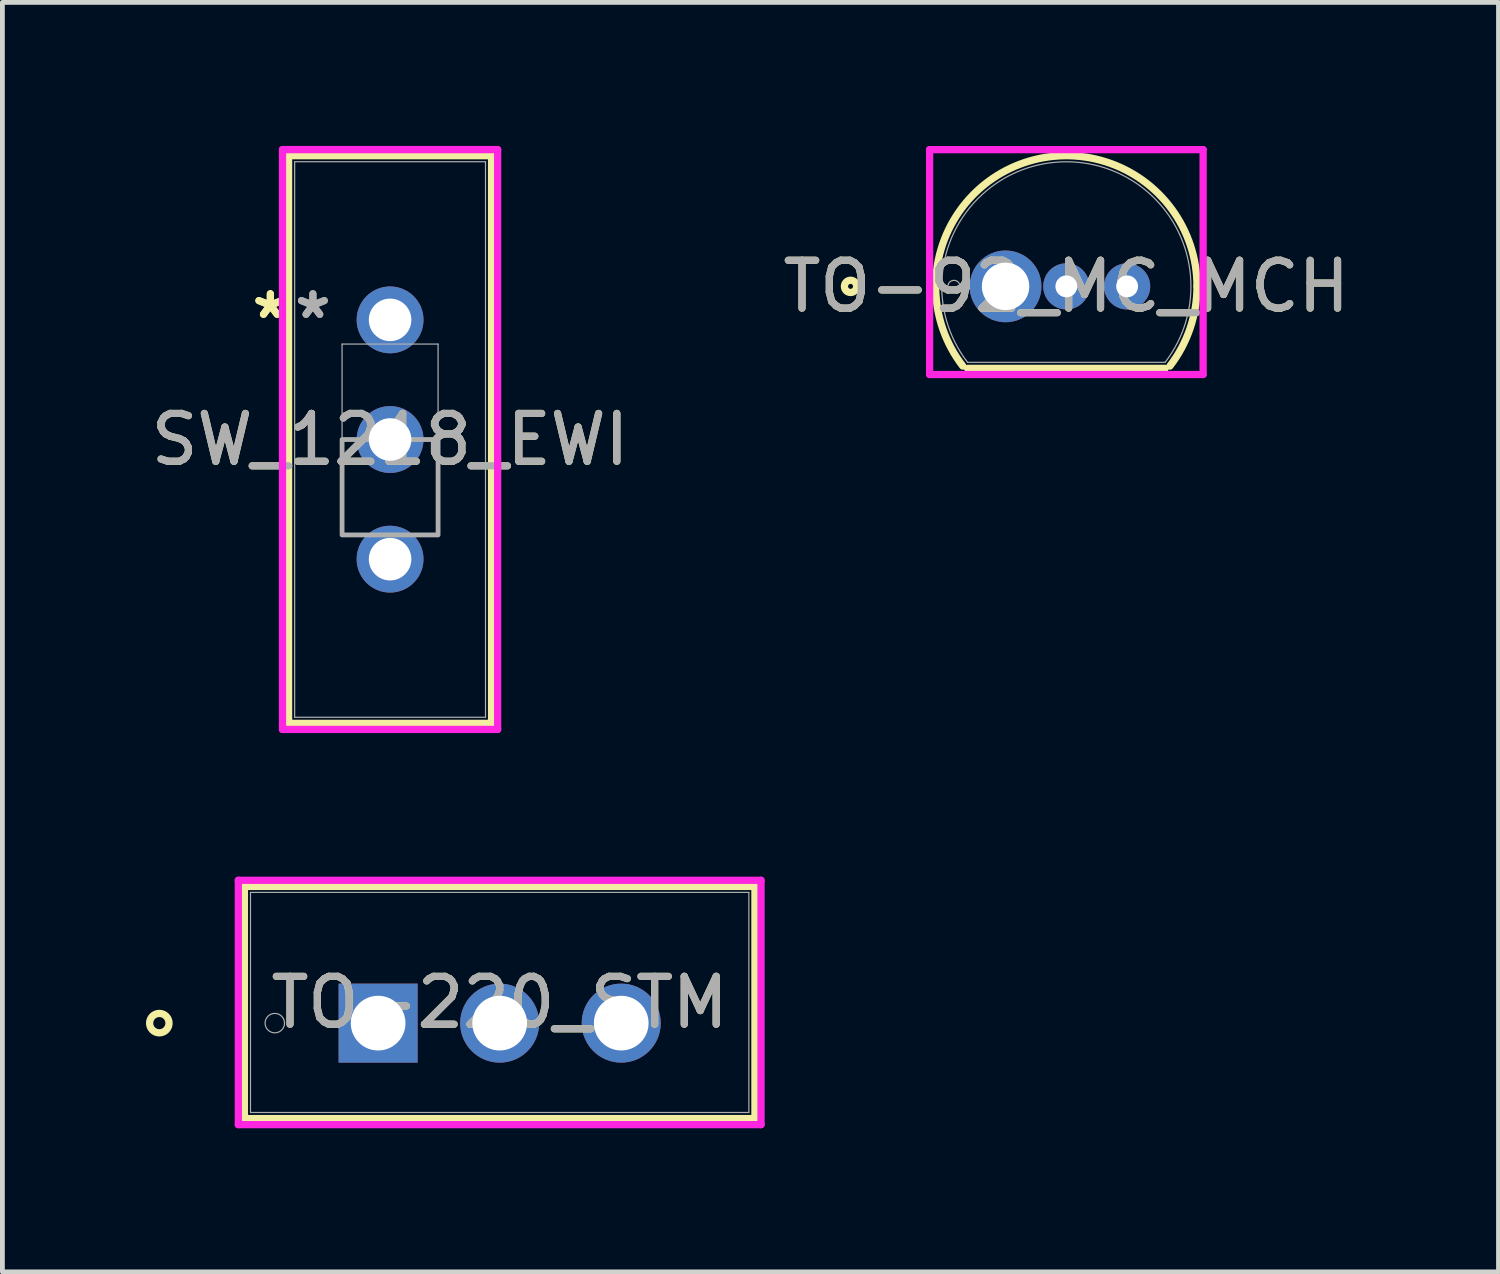
<source format=kicad_pcb>
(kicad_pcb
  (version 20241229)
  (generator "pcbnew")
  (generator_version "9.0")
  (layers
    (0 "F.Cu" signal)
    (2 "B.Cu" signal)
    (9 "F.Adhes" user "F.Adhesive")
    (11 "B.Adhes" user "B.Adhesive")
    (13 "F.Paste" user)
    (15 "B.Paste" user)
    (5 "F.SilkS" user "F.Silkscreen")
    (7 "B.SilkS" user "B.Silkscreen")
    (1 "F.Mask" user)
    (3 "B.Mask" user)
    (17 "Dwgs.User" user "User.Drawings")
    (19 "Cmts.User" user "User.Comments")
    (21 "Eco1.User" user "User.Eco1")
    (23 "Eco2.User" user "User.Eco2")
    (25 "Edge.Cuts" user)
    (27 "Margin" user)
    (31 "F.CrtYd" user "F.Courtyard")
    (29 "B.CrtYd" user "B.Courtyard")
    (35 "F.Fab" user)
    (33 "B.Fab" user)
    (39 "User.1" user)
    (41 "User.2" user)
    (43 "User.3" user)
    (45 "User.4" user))
  (footprint "TO-220_STM"
    (layer "F.Cu")
    (at 4.851 18.329)
    (property "Reference" "TO-220_STM" (at 2.54 -0.432 0) (unlocked yes) (layer "F.SilkS") (effects (font (size 1 1) (thickness 0.15))))
    (attr through_hole)
    (fp_line (start -2.794 -2.857) (end -2.794 1.994) (stroke (width 0.152) (type solid)) (layer "F.SilkS"))
    (fp_line (start -2.794 1.994) (end 7.874 1.994) (stroke (width 0.152) (type solid)) (layer "F.SilkS"))
    (fp_line (start 7.874 -2.857) (end -2.794 -2.857) (stroke (width 0.152) (type solid)) (layer "F.SilkS"))
    (fp_line (start 7.874 1.994) (end 7.874 -2.857) (stroke (width 0.152) (type solid)) (layer "F.SilkS"))
    (fp_circle (center -4.572 0) (end -4.369 0) (stroke (width 0.152) (type solid)) (fill no) (layer "F.SilkS"))
    (fp_line (start -2.921 -2.985) (end 8.001 -2.985) (stroke (width 0.152) (type solid)) (layer "F.CrtYd"))
    (fp_line (start -2.921 2.121) (end -2.921 -2.985) (stroke (width 0.152) (type solid)) (layer "F.CrtYd"))
    (fp_line (start 8.001 -2.985) (end 8.001 2.121) (stroke (width 0.152) (type solid)) (layer "F.CrtYd"))
    (fp_line (start 8.001 2.121) (end -2.921 2.121) (stroke (width 0.152) (type solid)) (layer "F.CrtYd"))
    (fp_line (start -2.667 -2.731) (end -2.667 1.867) (stroke (width 0.025) (type solid)) (layer "F.Fab"))
    (fp_line (start -2.667 1.867) (end 7.747 1.867) (stroke (width 0.025) (type solid)) (layer "F.Fab"))
    (fp_line (start -0.254 0) (end 0.254 0) (stroke (width 0.152) (type solid)) (layer "F.Fab"))
    (fp_line (start 0 0.254) (end 0 -0.254) (stroke (width 0.152) (type solid)) (layer "F.Fab"))
    (fp_line (start 7.747 -2.731) (end -2.667 -2.731) (stroke (width 0.025) (type solid)) (layer "F.Fab"))
    (fp_line (start 7.747 1.867) (end 7.747 -2.731) (stroke (width 0.025) (type solid)) (layer "F.Fab"))
    (fp_circle (center -2.159 0) (end -1.956 0) (stroke (width 0.025) (type solid)) (fill no) (layer "F.Fab"))
    (fp_text user "${REFERENCE}" (at 2.54 -0.432 0) (unlocked yes) (layer "F.Fab") (effects (font (size 1 1) (thickness 0.15))))
    (pad "1" thru_hole rect (at 0 0) (size 1.651 1.651) (drill 1.143) (layers "*.Cu" "*.Mask"))
    (pad "2" thru_hole circle (at 2.54 0) (size 1.651 1.651) (drill 1.143) (layers "*.Cu" "*.Mask"))
    (pad "3" thru_hole circle (at 5.08 0) (size 1.651 1.651) (drill 1.143) (layers "*.Cu" "*.Mask")))
  (footprint "TO-92_MC_MCH"
    (layer "F.Cu")
    (at 17.962 2.934)
    (property "Reference" "TO-92_MC_MCH" (at 1.27 0 0) (unlocked yes) (layer "F.SilkS") (effects (font (size 1 1) (thickness 0.15))))
    (attr through_hole)
    (fp_line (start -0.794 1.714) (end 3.334 1.714) (stroke (width 0.152) (type solid)) (layer "F.SilkS"))
    (fp_arc (start -0.894167 1.664936) (mid 0.39069 -2.585042) (end 4.0005 0) (stroke (width 0.1524) (type solid)) (layer "F.SilkS"))
    (fp_arc (start 4.0005 0.000001) (mid 3.855041 0.879313) (end 3.434164 1.66494) (stroke (width 0.1524) (type solid)) (layer "F.SilkS"))
    (fp_circle (center -3.239 0) (end -3.111 0) (stroke (width 0.152) (type solid)) (fill no) (layer "F.SilkS"))
    (fp_line (start -1.587 -2.857) (end 4.128 -2.857) (stroke (width 0.152) (type solid)) (layer "F.CrtYd"))
    (fp_line (start -1.587 1.841) (end -1.587 -2.857) (stroke (width 0.152) (type solid)) (layer "F.CrtYd"))
    (fp_line (start 4.128 -2.857) (end 4.128 1.841) (stroke (width 0.152) (type solid)) (layer "F.CrtYd"))
    (fp_line (start 4.128 1.841) (end -1.587 1.841) (stroke (width 0.152) (type solid)) (layer "F.CrtYd"))
    (fp_line (start -0.794 1.587) (end 3.334 1.587) (stroke (width 0.025) (type solid)) (layer "F.Fab"))
    (fp_line (start -0.254 0) (end 0.254 0) (stroke (width 0.152) (type solid)) (layer "F.Fab"))
    (fp_line (start 0 0.254) (end 0 -0.254) (stroke (width 0.152) (type solid)) (layer "F.Fab"))
    (fp_arc (start -0.793507 1.587499) (mid 1.270001 -2.6035) (end 3.333506 1.5875) (stroke (width 0.0254) (type solid)) (layer "F.Fab"))
    (fp_circle (center -1.079 0) (end -0.953 0) (stroke (width 0.025) (type solid)) (fill no) (layer "F.Fab"))
    (fp_text user "${REFERENCE}" (at 1.27 0 0) (unlocked yes) (layer "F.Fab") (effects (font (size 1 1) (thickness 0.15))))
    (pad "1" thru_hole circle (at 0 0) (size 1.499 1.499) (drill 0.991) (layers "*.Cu" "*.Mask"))
    (pad "2" thru_hole circle (at 1.27 0) (size 0.965 0.965) (drill 0.457) (layers "*.Cu" "*.Mask"))
    (pad "3" thru_hole circle (at 2.54 0) (size 0.965 0.965) (drill 0.457) (layers "*.Cu" "*.Mask")))
  (footprint "SW_1218_EWI"
    (layer "F.Cu")
    (at 5.101 3.634)
    (property "Reference" "SW_1218_EWI" (at 0 2.5 0) (unlocked yes) (layer "F.SilkS") (effects (font (size 1 1) (thickness 0.15))))
    (attr through_hole)
    (fp_line (start -2.121 -3.431) (end -2.121 8.431) (stroke (width 0.152) (type solid)) (layer "F.SilkS"))
    (fp_line (start -2.121 8.431) (end 2.121 8.431) (stroke (width 0.152) (type solid)) (layer "F.SilkS"))
    (fp_line (start 2.121 -3.431) (end -2.121 -3.431) (stroke (width 0.152) (type solid)) (layer "F.SilkS"))
    (fp_line (start 2.121 8.431) (end 2.121 -3.431) (stroke (width 0.152) (type solid)) (layer "F.SilkS"))
    (fp_line (start -2.248 -3.558) (end -2.248 8.558) (stroke (width 0.152) (type solid)) (layer "F.CrtYd"))
    (fp_line (start -2.248 8.558) (end 2.248 8.558) (stroke (width 0.152) (type solid)) (layer "F.CrtYd"))
    (fp_line (start 2.248 -3.558) (end -2.248 -3.558) (stroke (width 0.152) (type solid)) (layer "F.CrtYd"))
    (fp_line (start 2.248 8.558) (end 2.248 -3.558) (stroke (width 0.152) (type solid)) (layer "F.CrtYd"))
    (fp_line (start -1.994 -3.304) (end -1.994 8.304) (stroke (width 0.025) (type solid)) (layer "F.Fab"))
    (fp_line (start -1.994 8.304) (end 1.994 8.304) (stroke (width 0.025) (type solid)) (layer "F.Fab"))
    (fp_line (start -1.003 0.506) (end 1.003 0.506) (stroke (width 0.025) (type solid)) (layer "F.Fab"))
    (fp_line (start -1.003 4.494) (end -1.003 0.506) (stroke (width 0.025) (type solid)) (layer "F.Fab"))
    (fp_line (start 1.003 0.506) (end 1.003 4.494) (stroke (width 0.025) (type solid)) (layer "F.Fab"))
    (fp_line (start 1.003 4.494) (end -1.003 4.494) (stroke (width 0.025) (type solid)) (layer "F.Fab"))
    (fp_line (start 1.994 -3.304) (end -1.994 -3.304) (stroke (width 0.025) (type solid)) (layer "F.Fab"))
    (fp_line (start 1.994 8.304) (end 1.994 -3.304) (stroke (width 0.025) (type solid)) (layer "F.Fab"))
    (fp_poly (pts (xy -1.003 4.494) (xy -1.003 2.5) (xy 1.003 2.5) (xy 1.003 4.494)) (stroke (width 0.1) (type solid)) (fill no) (layer "F.Fab"))
    (fp_text user "*" (at -2.502 0 0) (unlocked yes) (layer "F.SilkS") (effects (font (size 1 1) (thickness 0.15))))
    (fp_text user "*" (at -2.502 0 0) (layer "F.SilkS") (effects (font (size 1 1) (thickness 0.15))))
    (fp_text user "*" (at -1.613 0 0) (layer "F.Fab") (effects (font (size 1 1) (thickness 0.15))))
    (fp_text user "*" (at -1.613 0 0) (unlocked yes) (layer "F.Fab") (effects (font (size 1 1) (thickness 0.15))))
    (fp_text user "${REFERENCE}" (at 0 2.5 0) (unlocked yes) (layer "F.Fab") (effects (font (size 1 1) (thickness 0.15))))
    (pad "1" thru_hole circle (at 0 0) (size 1.397 1.397) (drill 0.889) (layers "*.Cu" "*.Mask"))
    (pad "2" thru_hole circle (at 0 2.5) (size 1.397 1.397) (drill 0.889) (layers "*.Cu" "*.Mask"))
    (pad "3" thru_hole circle (at 0 5) (size 1.397 1.397) (drill 0.889) (layers "*.Cu" "*.Mask")))
  (gr_rect
    (start -3 -3)
    (end 28.262 23.526)
    (stroke (width 0.1) (type default))
    (fill no)
    (layer "Edge.Cuts")))
</source>
